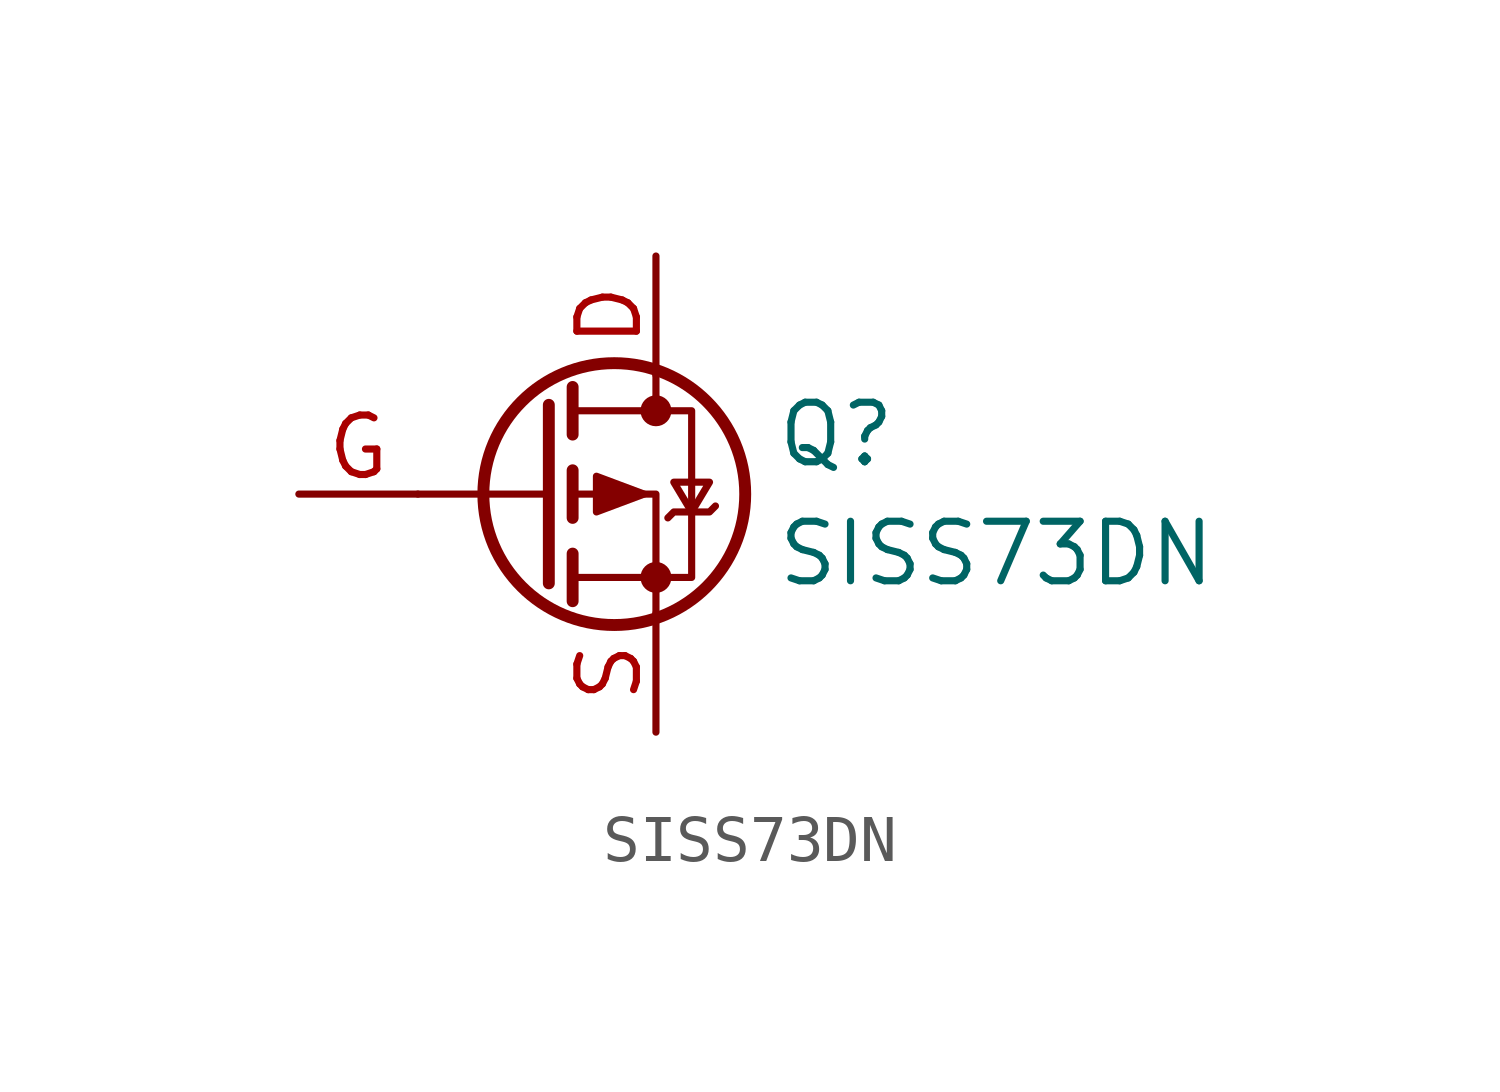
<source format=kicad_sym>
(kicad_symbol_lib
  (version 20211014)
  (generator kicad_symbol_editor)
  (symbol "SISS73DN"
    (pin_names
      (offset 0) hide)
    (property "Reference" "Q"
      (at 5.08 1.27 0)
      (effects (font (size 1.27 1.27)) (justify left)))
    (property "Value" "SISS73DN"
      (at 5.08 -1.27 0)
      (effects (font (size 1.27 1.27)) (justify left)))
    (symbol "SISS73DN_0_1"
      (polyline (pts (xy 0.254 0) (xy -2.54 0)) (stroke (width 0) (type default) (color 0 0 0 0)) (fill (type none)))
      (polyline (pts (xy 0.254 1.905) (xy 0.254 -1.905)) (stroke (width 0.254) (type default) (color 0 0 0 0)) (fill (type none)))
      (polyline (pts (xy 0.762 -1.27) (xy 0.762 -2.286)) (stroke (width 0.254) (type default) (color 0 0 0 0)) (fill (type none)))
      (polyline (pts (xy 0.762 0.508) (xy 0.762 -0.508)) (stroke (width 0.254) (type default) (color 0 0 0 0)) (fill (type none)))
      (polyline (pts (xy 0.762 2.286) (xy 0.762 1.27)) (stroke (width 0.254) (type default) (color 0 0 0 0)) (fill (type none)))
      (polyline (pts (xy 2.54 2.54) (xy 2.54 1.778)) (stroke (width 0) (type default) (color 0 0 0 0)) (fill (type none)))
      (polyline (pts (xy 2.54 -2.54) (xy 2.54 0) (xy 0.762 0)) (stroke (width 0) (type default) (color 0 0 0 0)) (fill (type none)))
      (polyline (pts (xy 0.762 1.778) (xy 3.302 1.778) (xy 3.302 -1.778) (xy 0.762 -1.778)) (stroke (width 0) (type default) (color 0 0 0 0)) (fill (type none)))
      (polyline (pts (xy 2.286 0) (xy 1.27 0.381) (xy 1.27 -0.381) (xy 2.286 0)) (stroke (width 0) (type default) (color 0 0 0 0)) (fill (type outline)))
      (polyline (pts (xy 2.794 -0.508) (xy 2.921 -0.381) (xy 3.683 -0.381) (xy 3.81 -0.254)) (stroke (width 0) (type default) (color 0 0 0 0)) (fill (type none)))
      (polyline (pts (xy 3.302 -0.381) (xy 2.921 0.254) (xy 3.683 0.254) (xy 3.302 -0.381)) (stroke (width 0) (type default) (color 0 0 0 0)) (fill (type none)))
      (circle (center 1.651 0) (radius 2.794) (stroke (width 0.254) (type default) (color 0 0 0 0)) (fill (type none)))
      (circle (center 2.54 -1.778) (radius 0.254) (stroke (width 0) (type default) (color 0 0 0 0)) (fill (type outline)))
      (circle (center 2.54 1.778) (radius 0.254) (stroke (width 0) (type default) (color 0 0 0 0)) (fill (type outline))))
    (symbol "SISS73DN_1_1"
      (pin passive line (at 2.54 5.08 270) (length 2.54) (name "D" (effects (font (size 1.27 1.27)))) (number "D" (effects (font (size 1.27 1.27)))))
      (pin input line (at -5.08 0 0) (length 2.54) (name "G" (effects (font (size 1.27 1.27)))) (number "G" (effects (font (size 1.27 1.27)))))
      (pin passive line (at 2.54 -5.08 90) (length 2.54) (name "S" (effects (font (size 1.27 1.27)))) (number "S" (effects (font (size 1.27 1.27))))))))
</source>
